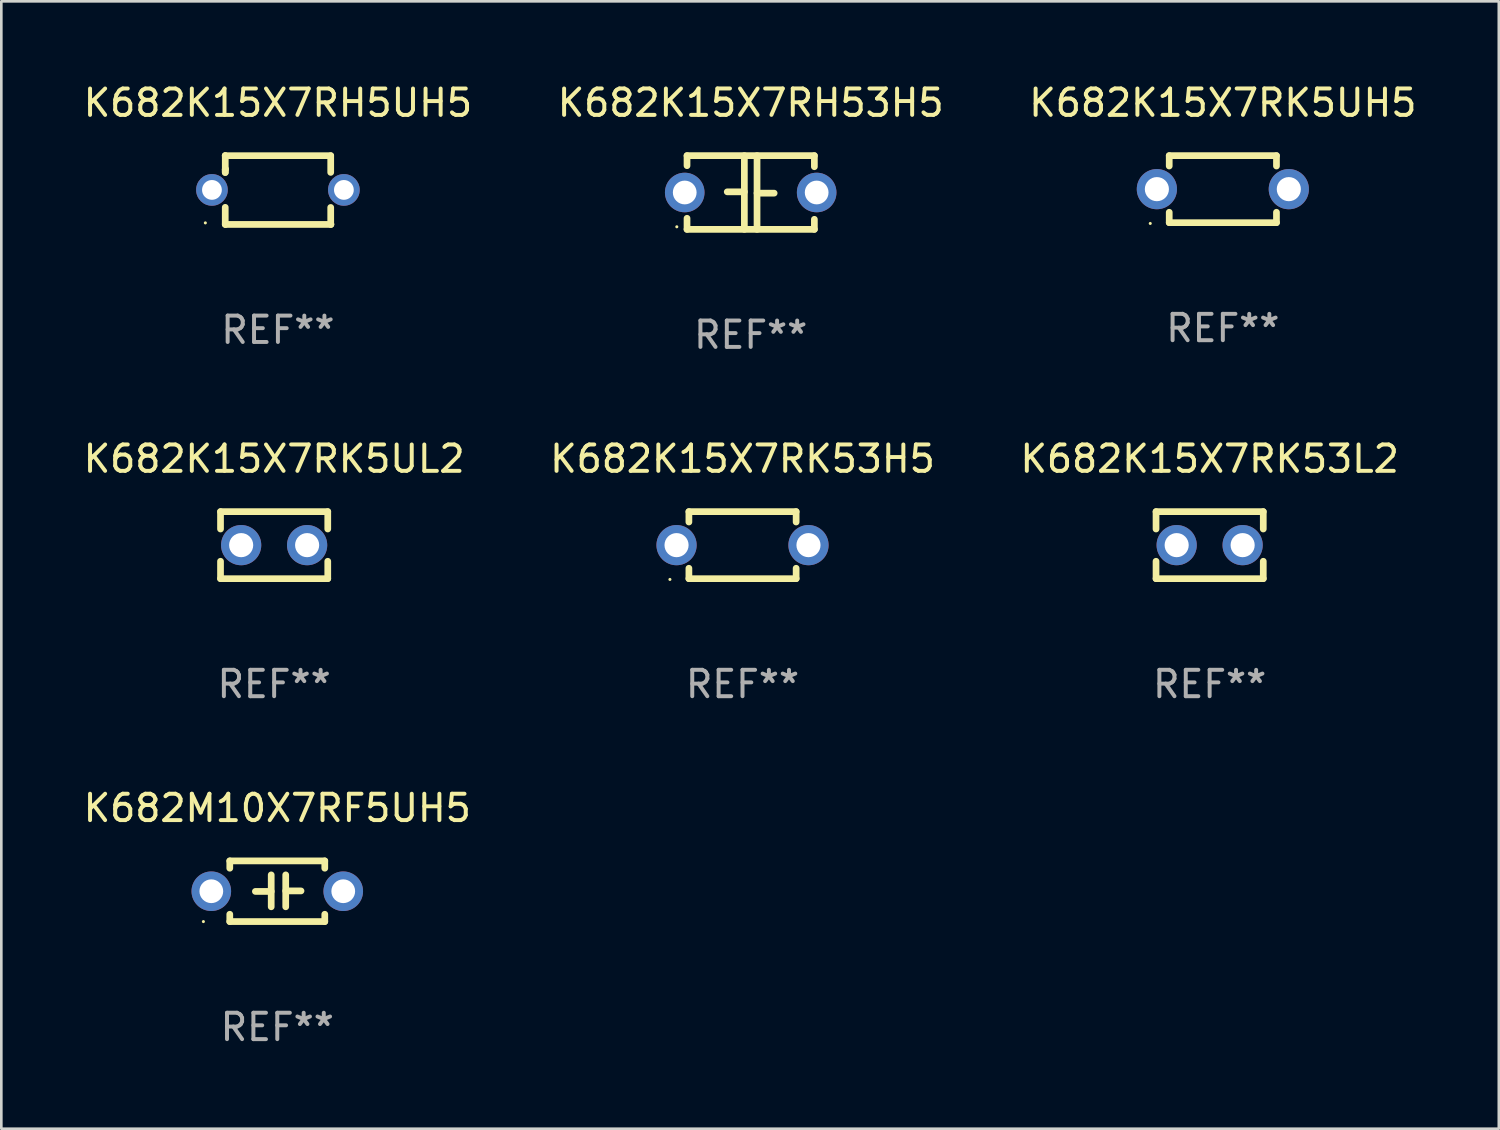
<source format=kicad_pcb>
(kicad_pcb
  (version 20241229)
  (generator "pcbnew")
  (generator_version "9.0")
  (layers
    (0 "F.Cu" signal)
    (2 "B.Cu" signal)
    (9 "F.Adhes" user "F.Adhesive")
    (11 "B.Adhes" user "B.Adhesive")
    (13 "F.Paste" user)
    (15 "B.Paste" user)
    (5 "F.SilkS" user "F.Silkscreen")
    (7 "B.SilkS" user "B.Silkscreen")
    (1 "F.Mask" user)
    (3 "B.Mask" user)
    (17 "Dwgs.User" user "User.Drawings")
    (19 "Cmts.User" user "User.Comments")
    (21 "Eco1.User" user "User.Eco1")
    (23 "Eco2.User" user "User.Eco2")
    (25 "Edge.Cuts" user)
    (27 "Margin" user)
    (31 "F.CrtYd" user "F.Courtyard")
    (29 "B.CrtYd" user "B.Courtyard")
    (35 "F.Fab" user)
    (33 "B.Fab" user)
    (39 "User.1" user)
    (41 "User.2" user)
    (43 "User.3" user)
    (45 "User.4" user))
  (footprint "K682K15X7RH53H5"
    (layer "F.Cu")
    (at 25.399 4.245)
    (property "Reference" "K682K15X7RH53H5" (at 0 -3.397 0) (layer "F.SilkS") (effects (font (size 1 1) (thickness 0.15))))
    (attr through_hole)
    (fp_line (start -2.413 -1.397) (end 2.413 -1.397) (stroke (width 0.254) (type solid)) (layer "F.SilkS"))
    (fp_line (start -2.413 -1.016) (end -2.413 -1.397) (stroke (width 0.254) (type solid)) (layer "F.SilkS"))
    (fp_line (start -2.413 0.977) (end -2.413 1.397) (stroke (width 0.254) (type solid)) (layer "F.SilkS"))
    (fp_line (start -0.24 -0.025) (end -0.889 -0.025) (stroke (width 0.254) (type solid)) (layer "F.SilkS"))
    (fp_line (start -0.24 1.397) (end -0.24 -1.397) (stroke (width 0.254) (type solid)) (layer "F.SilkS"))
    (fp_line (start 0.24 -1.397) (end 0.24 1.397) (stroke (width 0.254) (type solid)) (layer "F.SilkS"))
    (fp_line (start 0.24 0.025) (end 0.889 0.025) (stroke (width 0.254) (type solid)) (layer "F.SilkS"))
    (fp_line (start 2.413 -0.977) (end 2.413 -1.397) (stroke (width 0.254) (type solid)) (layer "F.SilkS"))
    (fp_line (start 2.413 1.016) (end 2.413 1.397) (stroke (width 0.254) (type solid)) (layer "F.SilkS"))
    (fp_line (start 2.413 1.397) (end -2.413 1.397) (stroke (width 0.254) (type solid)) (layer "F.SilkS"))
    (fp_circle (center -2.8 1.3) (end -2.77 1.3) (stroke (width 0.06) (type solid)) (fill no) (layer "F.SilkS"))
    (fp_text user "REF**" (at 0 5.397 0) (layer "F.Fab") (effects (font (size 1 1) (thickness 0.15))))
    (pad "1" thru_hole circle (at -2.5 0) (size 1.5 1.5) (drill 0.9) (layers "*.Cu" "*.Mask"))
    (pad "2" thru_hole circle (at 2.5 0) (size 1.5 1.5) (drill 0.9) (layers "*.Cu" "*.Mask")))
  (footprint "K682K15X7RK5UH5"
    (layer "F.Cu")
    (at 43.292 4.118)
    (property "Reference" "K682K15X7RK5UH5" (at 0 -3.27 0) (layer "F.SilkS") (effects (font (size 1 1) (thickness 0.15))))
    (attr through_hole)
    (fp_line (start -2.032 -1.27) (end -2.032 -0.876) (stroke (width 0.254) (type solid)) (layer "F.SilkS"))
    (fp_line (start -2.032 0.876) (end -2.032 1.27) (stroke (width 0.254) (type solid)) (layer "F.SilkS"))
    (fp_line (start -2.032 1.27) (end 2.032 1.27) (stroke (width 0.254) (type solid)) (layer "F.SilkS"))
    (fp_line (start 2.032 -1.27) (end -2.032 -1.27) (stroke (width 0.254) (type solid)) (layer "F.SilkS"))
    (fp_line (start 2.032 -0.876) (end 2.032 -1.27) (stroke (width 0.254) (type solid)) (layer "F.SilkS"))
    (fp_line (start 2.032 1.27) (end 2.032 0.876) (stroke (width 0.254) (type solid)) (layer "F.SilkS"))
    (fp_circle (center -2.751 1.3) (end -2.721 1.3) (stroke (width 0.06) (type solid)) (fill no) (layer "F.SilkS"))
    (fp_text user "REF**" (at 0 5.27 0) (layer "F.Fab") (effects (font (size 1 1) (thickness 0.15))))
    (pad "1" thru_hole circle (at -2.5 0) (size 1.524 1.524) (drill 0.914) (layers "*.Cu" "*.Mask"))
    (pad "2" thru_hole circle (at 2.5 0) (size 1.524 1.524) (drill 0.914) (layers "*.Cu" "*.Mask")))
  (footprint "K682K15X7RK53H5"
    (layer "F.Cu")
    (at 25.089 17.609)
    (property "Reference" "K682K15X7RK53H5" (at 0 -3.27 0) (layer "F.SilkS") (effects (font (size 1 1) (thickness 0.15))))
    (attr through_hole)
    (fp_line (start -2.032 -1.27) (end -2.032 -0.876) (stroke (width 0.254) (type solid)) (layer "F.SilkS"))
    (fp_line (start -2.032 0.876) (end -2.032 1.27) (stroke (width 0.254) (type solid)) (layer "F.SilkS"))
    (fp_line (start -2.032 1.27) (end 2.032 1.27) (stroke (width 0.254) (type solid)) (layer "F.SilkS"))
    (fp_line (start 2.032 -1.27) (end -2.032 -1.27) (stroke (width 0.254) (type solid)) (layer "F.SilkS"))
    (fp_line (start 2.032 -0.876) (end 2.032 -1.27) (stroke (width 0.254) (type solid)) (layer "F.SilkS"))
    (fp_line (start 2.032 1.27) (end 2.032 0.876) (stroke (width 0.254) (type solid)) (layer "F.SilkS"))
    (fp_circle (center -2.751 1.3) (end -2.721 1.3) (stroke (width 0.06) (type solid)) (fill no) (layer "F.SilkS"))
    (fp_text user "REF**" (at 0 5.27 0) (layer "F.Fab") (effects (font (size 1 1) (thickness 0.15))))
    (pad "1" thru_hole circle (at -2.5 0) (size 1.524 1.524) (drill 0.914) (layers "*.Cu" "*.Mask"))
    (pad "2" thru_hole circle (at 2.5 0) (size 1.524 1.524) (drill 0.914) (layers "*.Cu" "*.Mask")))
  (footprint "K682M10X7RF5UH5"
    (layer "F.Cu")
    (at 7.458 30.725)
    (property "Reference" "K682M10X7RF5UH5" (at 0 -3.15 0) (layer "F.SilkS") (effects (font (size 1 1) (thickness 0.15))))
    (attr through_hole)
    (fp_line (start -1.8 -1.15) (end -1.8 -0.872) (stroke (width 0.254) (type solid)) (layer "F.SilkS"))
    (fp_line (start -1.8 -1.15) (end 1.8 -1.15) (stroke (width 0.254) (type solid)) (layer "F.SilkS"))
    (fp_line (start -1.8 0.872) (end -1.8 1.15) (stroke (width 0.254) (type solid)) (layer "F.SilkS"))
    (fp_line (start -1.8 1.15) (end 1.8 1.15) (stroke (width 0.254) (type solid)) (layer "F.SilkS"))
    (fp_line (start -0.23 -0.62) (end -0.23 0.59) (stroke (width 0.254) (type solid)) (layer "F.SilkS"))
    (fp_line (start -0.23 0.007) (end -0.83 0.007) (stroke (width 0.254) (type solid)) (layer "F.SilkS"))
    (fp_line (start 0.32 -0.62) (end 0.32 0.59) (stroke (width 0.254) (type solid)) (layer "F.SilkS"))
    (fp_line (start 0.32 -0.012) (end 0.9 -0.012) (stroke (width 0.254) (type solid)) (layer "F.SilkS"))
    (fp_line (start 1.8 -1.15) (end 1.8 -0.872) (stroke (width 0.254) (type solid)) (layer "F.SilkS"))
    (fp_line (start 1.8 0.872) (end 1.8 1.15) (stroke (width 0.254) (type solid)) (layer "F.SilkS"))
    (fp_circle (center -2.8 1.15) (end -2.77 1.15) (stroke (width 0.06) (type solid)) (fill no) (layer "F.SilkS"))
    (fp_text user "REF**" (at 0 5.15 0) (layer "F.Fab") (effects (font (size 1 1) (thickness 0.15))))
    (pad "1" thru_hole circle (at -2.5 0) (size 1.5 1.5) (drill 0.9) (layers "*.Cu" "*.Mask"))
    (pad "2" thru_hole circle (at 2.5 0) (size 1.5 1.5) (drill 0.9) (layers "*.Cu" "*.Mask")))
  (footprint "K682K15X7RK5UL2"
    (layer "F.Cu")
    (at 7.339 17.609)
    (property "Reference" "K682K15X7RK5UL2" (at 0 -3.27 0) (layer "F.SilkS") (effects (font (size 1 1) (thickness 0.15))))
    (attr through_hole)
    (fp_line (start -2.032 -1.27) (end -2.032 -0.611) (stroke (width 0.254) (type solid)) (layer "F.SilkS"))
    (fp_line (start -2.032 0.611) (end -2.032 1.27) (stroke (width 0.254) (type solid)) (layer "F.SilkS"))
    (fp_line (start -2.032 1.27) (end 2.032 1.27) (stroke (width 0.254) (type solid)) (layer "F.SilkS"))
    (fp_line (start 2.032 -1.27) (end -2.032 -1.27) (stroke (width 0.254) (type solid)) (layer "F.SilkS"))
    (fp_line (start 2.032 -0.611) (end 2.032 -1.27) (stroke (width 0.254) (type solid)) (layer "F.SilkS"))
    (fp_line (start 2.032 1.27) (end 2.032 0.611) (stroke (width 0.254) (type solid)) (layer "F.SilkS"))
    (fp_circle (center -2 1.3) (end -1.97 1.3) (stroke (width 0.06) (type solid)) (fill no) (layer "F.SilkS"))
    (fp_text user "REF**" (at 0 5.27 0) (layer "F.Fab") (effects (font (size 1 1) (thickness 0.15))))
    (pad "1" thru_hole circle (at -1.25 0) (size 1.524 1.524) (drill 0.914) (layers "*.Cu" "*.Mask"))
    (pad "2" thru_hole circle (at 1.25 0) (size 1.524 1.524) (drill 0.914) (layers "*.Cu" "*.Mask")))
  (footprint "K682K15X7RH5UH5"
    (layer "F.Cu")
    (at 7.482 4.152)
    (property "Reference" "K682K15X7RH5UH5" (at 0 -3.303 0) (layer "F.SilkS") (effects (font (size 1 1) (thickness 0.15))))
    (attr through_hole)
    (fp_line (start -1.996 -0.782) (end -1.983 -0.795) (stroke (width 0.254) (type solid)) (layer "F.SilkS"))
    (fp_line (start -1.996 -0.665) (end -1.996 -0.782) (stroke (width 0.254) (type solid)) (layer "F.SilkS"))
    (fp_line (start -1.996 1.297) (end -1.996 0.655) (stroke (width 0.254) (type solid)) (layer "F.SilkS"))
    (fp_line (start -1.996 -1.303) (end 2.001 -1.303) (stroke (width 0.254) (type solid)) (layer "F.SilkS"))
    (fp_line (start -1.995 -1.303) (end -1.996 -1.303) (stroke (width 0.254) (type solid)) (layer "F.SilkS"))
    (fp_line (start -1.995 -0.664) (end -1.995 -1.303) (stroke (width 0.254) (type solid)) (layer "F.SilkS"))
    (fp_line (start -1.99 1.303) (end -1.996 1.297) (stroke (width 0.254) (type solid)) (layer "F.SilkS"))
    (fp_line (start 2.001 -1.303) (end 2.001 -0.669) (stroke (width 0.254) (type solid)) (layer "F.SilkS"))
    (fp_line (start 2.001 0.659) (end 2.001 1.297) (stroke (width 0.254) (type solid)) (layer "F.SilkS"))
    (fp_line (start 2.001 1.297) (end 2.008 1.303) (stroke (width 0.254) (type solid)) (layer "F.SilkS"))
    (fp_line (start 2.008 1.303) (end -1.99 1.303) (stroke (width 0.254) (type solid)) (layer "F.SilkS"))
    (fp_circle (center -2.75 1.245) (end -2.72 1.245) (stroke (width 0.06) (type solid)) (fill no) (layer "F.SilkS"))
    (fp_text user "REF**" (at 0 5.303 0) (layer "F.Fab") (effects (font (size 1 1) (thickness 0.15))))
    (pad "1" thru_hole circle (at -2.5 -0.005) (size 1.2 1.2) (drill 0.75) (layers "*.Cu" "*.Mask"))
    (pad "2" thru_hole circle (at 2.5 -0.005) (size 1.2 1.2) (drill 0.75) (layers "*.Cu" "*.Mask")))
  (footprint "K682K15X7RK53L2"
    (layer "F.Cu")
    (at 42.792 17.609)
    (property "Reference" "K682K15X7RK53L2" (at 0 -3.27 0) (layer "F.SilkS") (effects (font (size 1 1) (thickness 0.15))))
    (attr through_hole)
    (fp_line (start -2.032 -1.27) (end -2.032 -0.611) (stroke (width 0.254) (type solid)) (layer "F.SilkS"))
    (fp_line (start -2.032 0.611) (end -2.032 1.27) (stroke (width 0.254) (type solid)) (layer "F.SilkS"))
    (fp_line (start -2.032 1.27) (end 2.032 1.27) (stroke (width 0.254) (type solid)) (layer "F.SilkS"))
    (fp_line (start 2.032 -1.27) (end -2.032 -1.27) (stroke (width 0.254) (type solid)) (layer "F.SilkS"))
    (fp_line (start 2.032 -0.611) (end 2.032 -1.27) (stroke (width 0.254) (type solid)) (layer "F.SilkS"))
    (fp_line (start 2.032 1.27) (end 2.032 0.611) (stroke (width 0.254) (type solid)) (layer "F.SilkS"))
    (fp_circle (center -2 1.3) (end -1.97 1.3) (stroke (width 0.06) (type solid)) (fill no) (layer "F.SilkS"))
    (fp_text user "REF**" (at 0 5.27 0) (layer "F.Fab") (effects (font (size 1 1) (thickness 0.15))))
    (pad "1" thru_hole circle (at -1.25 0) (size 1.524 1.524) (drill 0.914) (layers "*.Cu" "*.Mask"))
    (pad "2" thru_hole circle (at 1.25 0) (size 1.524 1.524) (drill 0.914) (layers "*.Cu" "*.Mask")))
  (gr_rect
    (start -3 -3)
    (end 53.75 39.724)
    (stroke (width 0.1) (type default))
    (fill no)
    (layer "Edge.Cuts")))
</source>
